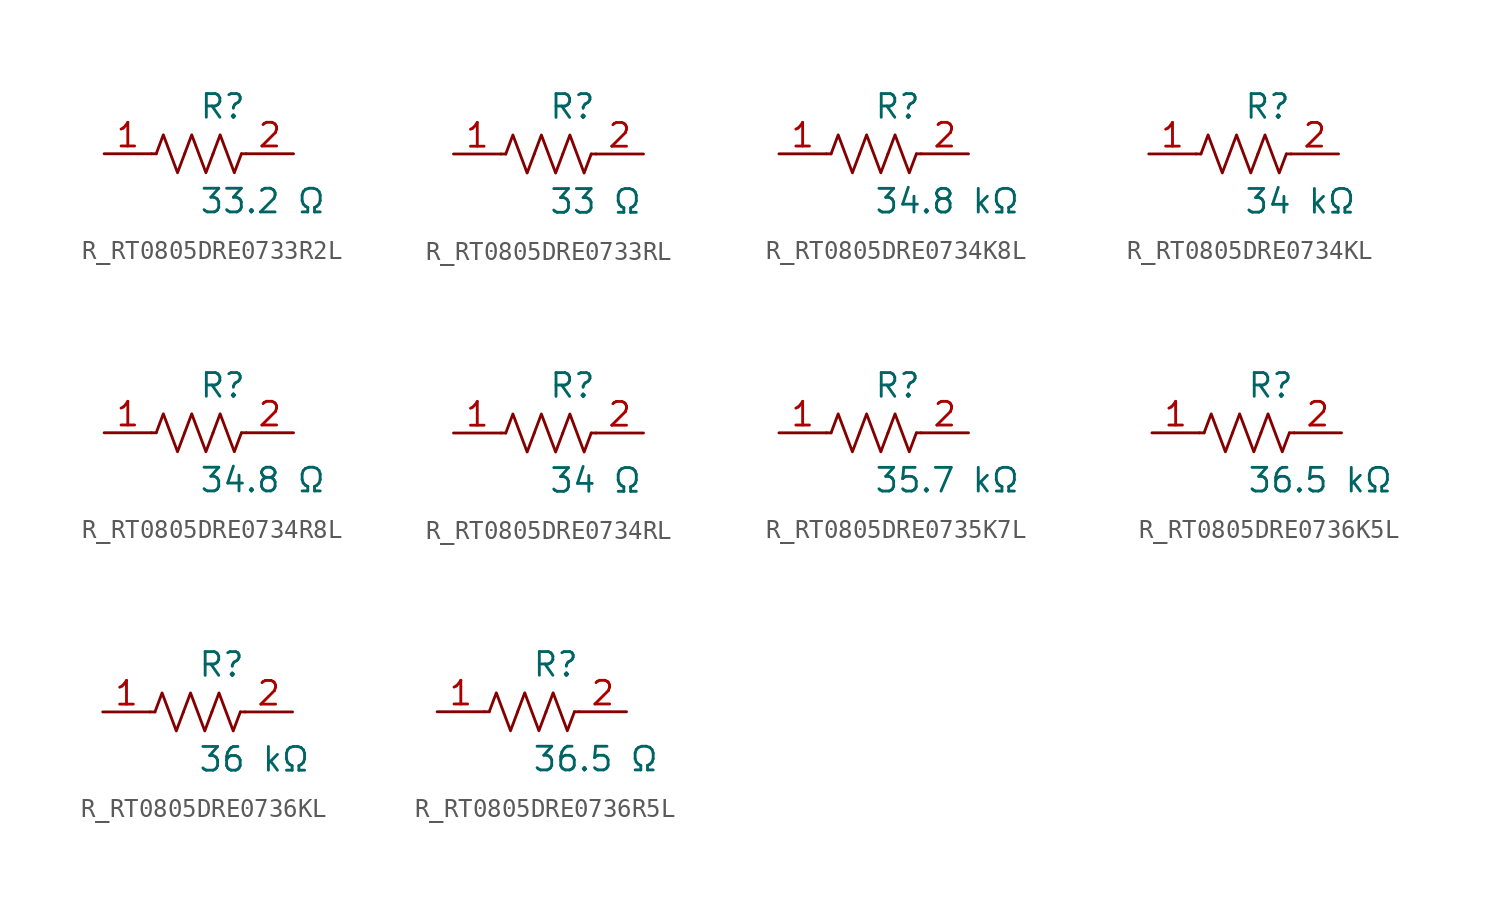
<source format=kicad_sym>
(kicad_symbol_lib
  (version 20231120)
  (generator kicad_symbol_editor)
  (generator_version 8.0)
  (symbol "R_RT0805DRE0733R2L"
    (pin_names
      (offset 0.254))
    (property "Reference" "R"
      (at 0 2.54 0)
      (effects (font (size 1.27 1.27)) (justify left)))
    (property "Value" "33.2 Ω"
      (at 0 -2.54 0)
      (effects (font (size 1.27 1.27)) (justify left)))
    (symbol "R_RT0805DRE0733R2L_0_1"
      (polyline (pts (xy 2.286 0) (xy 2.54 0)) (stroke (width 0) (type default)) (fill (type none)))
      (polyline (pts (xy -2.286 0) (xy -2.54 0)) (stroke (width 0) (type default)) (fill (type none)))
      (polyline (pts (xy 0.762 0) (xy 1.143 1.016) (xy 1.524 0) (xy 1.905 -1.016) (xy 2.286 0)) (stroke (width 0) (type default)) (fill (type none)))
      (polyline (pts (xy -0.762 0) (xy -0.381 1.016) (xy 0 0) (xy 0.381 -1.016) (xy 0.762 0)) (stroke (width 0) (type default)) (fill (type none)))
      (polyline (pts (xy -2.286 0) (xy -1.905 1.016) (xy -1.524 0) (xy -1.143 -1.016) (xy -0.762 0)) (stroke (width 0) (type default)) (fill (type none))))
    (pin passive line
      (at -5.08 0 0)
      (length 2.54)
      (name "" (effects (font (size 1.27 1.27))))
      (number "1" (effects (font (size 1.27 1.27)))))
    (pin passive line
      (at 5.08 0 180)
      (length 2.54)
      (name "" (effects (font (size 1.27 1.27))))
      (number "2" (effects (font (size 1.27 1.27))))))
  (symbol "R_RT0805DRE0733RL"
    (pin_names
      (offset 0.254))
    (property "Reference" "R"
      (at 0 2.54 0)
      (effects (font (size 1.27 1.27)) (justify left)))
    (property "Value" "33 Ω"
      (at 0 -2.54 0)
      (effects (font (size 1.27 1.27)) (justify left)))
    (symbol "R_RT0805DRE0733RL_0_1"
      (polyline (pts (xy 2.286 0) (xy 2.54 0)) (stroke (width 0) (type default)) (fill (type none)))
      (polyline (pts (xy -2.286 0) (xy -2.54 0)) (stroke (width 0) (type default)) (fill (type none)))
      (polyline (pts (xy 0.762 0) (xy 1.143 1.016) (xy 1.524 0) (xy 1.905 -1.016) (xy 2.286 0)) (stroke (width 0) (type default)) (fill (type none)))
      (polyline (pts (xy -0.762 0) (xy -0.381 1.016) (xy 0 0) (xy 0.381 -1.016) (xy 0.762 0)) (stroke (width 0) (type default)) (fill (type none)))
      (polyline (pts (xy -2.286 0) (xy -1.905 1.016) (xy -1.524 0) (xy -1.143 -1.016) (xy -0.762 0)) (stroke (width 0) (type default)) (fill (type none))))
    (pin passive line
      (at -5.08 0 0)
      (length 2.54)
      (name "" (effects (font (size 1.27 1.27))))
      (number "1" (effects (font (size 1.27 1.27)))))
    (pin passive line
      (at 5.08 0 180)
      (length 2.54)
      (name "" (effects (font (size 1.27 1.27))))
      (number "2" (effects (font (size 1.27 1.27))))))
  (symbol "R_RT0805DRE0734K8L"
    (pin_names
      (offset 0.254))
    (property "Reference" "R"
      (at 0 2.54 0)
      (effects (font (size 1.27 1.27)) (justify left)))
    (property "Value" "34.8 kΩ"
      (at 0 -2.54 0)
      (effects (font (size 1.27 1.27)) (justify left)))
    (symbol "R_RT0805DRE0734K8L_0_1"
      (polyline (pts (xy 2.286 0) (xy 2.54 0)) (stroke (width 0) (type default)) (fill (type none)))
      (polyline (pts (xy -2.286 0) (xy -2.54 0)) (stroke (width 0) (type default)) (fill (type none)))
      (polyline (pts (xy 0.762 0) (xy 1.143 1.016) (xy 1.524 0) (xy 1.905 -1.016) (xy 2.286 0)) (stroke (width 0) (type default)) (fill (type none)))
      (polyline (pts (xy -0.762 0) (xy -0.381 1.016) (xy 0 0) (xy 0.381 -1.016) (xy 0.762 0)) (stroke (width 0) (type default)) (fill (type none)))
      (polyline (pts (xy -2.286 0) (xy -1.905 1.016) (xy -1.524 0) (xy -1.143 -1.016) (xy -0.762 0)) (stroke (width 0) (type default)) (fill (type none))))
    (pin passive line
      (at -5.08 0 0)
      (length 2.54)
      (name "" (effects (font (size 1.27 1.27))))
      (number "1" (effects (font (size 1.27 1.27)))))
    (pin passive line
      (at 5.08 0 180)
      (length 2.54)
      (name "" (effects (font (size 1.27 1.27))))
      (number "2" (effects (font (size 1.27 1.27))))))
  (symbol "R_RT0805DRE0734KL"
    (pin_names
      (offset 0.254))
    (property "Reference" "R"
      (at 0 2.54 0)
      (effects (font (size 1.27 1.27)) (justify left)))
    (property "Value" "34 kΩ"
      (at 0 -2.54 0)
      (effects (font (size 1.27 1.27)) (justify left)))
    (symbol "R_RT0805DRE0734KL_0_1"
      (polyline (pts (xy 2.286 0) (xy 2.54 0)) (stroke (width 0) (type default)) (fill (type none)))
      (polyline (pts (xy -2.286 0) (xy -2.54 0)) (stroke (width 0) (type default)) (fill (type none)))
      (polyline (pts (xy 0.762 0) (xy 1.143 1.016) (xy 1.524 0) (xy 1.905 -1.016) (xy 2.286 0)) (stroke (width 0) (type default)) (fill (type none)))
      (polyline (pts (xy -0.762 0) (xy -0.381 1.016) (xy 0 0) (xy 0.381 -1.016) (xy 0.762 0)) (stroke (width 0) (type default)) (fill (type none)))
      (polyline (pts (xy -2.286 0) (xy -1.905 1.016) (xy -1.524 0) (xy -1.143 -1.016) (xy -0.762 0)) (stroke (width 0) (type default)) (fill (type none))))
    (pin passive line
      (at -5.08 0 0)
      (length 2.54)
      (name "" (effects (font (size 1.27 1.27))))
      (number "1" (effects (font (size 1.27 1.27)))))
    (pin passive line
      (at 5.08 0 180)
      (length 2.54)
      (name "" (effects (font (size 1.27 1.27))))
      (number "2" (effects (font (size 1.27 1.27))))))
  (symbol "R_RT0805DRE0734R8L"
    (pin_names
      (offset 0.254))
    (property "Reference" "R"
      (at 0 2.54 0)
      (effects (font (size 1.27 1.27)) (justify left)))
    (property "Value" "34.8 Ω"
      (at 0 -2.54 0)
      (effects (font (size 1.27 1.27)) (justify left)))
    (symbol "R_RT0805DRE0734R8L_0_1"
      (polyline (pts (xy 2.286 0) (xy 2.54 0)) (stroke (width 0) (type default)) (fill (type none)))
      (polyline (pts (xy -2.286 0) (xy -2.54 0)) (stroke (width 0) (type default)) (fill (type none)))
      (polyline (pts (xy 0.762 0) (xy 1.143 1.016) (xy 1.524 0) (xy 1.905 -1.016) (xy 2.286 0)) (stroke (width 0) (type default)) (fill (type none)))
      (polyline (pts (xy -0.762 0) (xy -0.381 1.016) (xy 0 0) (xy 0.381 -1.016) (xy 0.762 0)) (stroke (width 0) (type default)) (fill (type none)))
      (polyline (pts (xy -2.286 0) (xy -1.905 1.016) (xy -1.524 0) (xy -1.143 -1.016) (xy -0.762 0)) (stroke (width 0) (type default)) (fill (type none))))
    (pin passive line
      (at -5.08 0 0)
      (length 2.54)
      (name "" (effects (font (size 1.27 1.27))))
      (number "1" (effects (font (size 1.27 1.27)))))
    (pin passive line
      (at 5.08 0 180)
      (length 2.54)
      (name "" (effects (font (size 1.27 1.27))))
      (number "2" (effects (font (size 1.27 1.27))))))
  (symbol "R_RT0805DRE0734RL"
    (pin_names
      (offset 0.254))
    (property "Reference" "R"
      (at 0 2.54 0)
      (effects (font (size 1.27 1.27)) (justify left)))
    (property "Value" "34 Ω"
      (at 0 -2.54 0)
      (effects (font (size 1.27 1.27)) (justify left)))
    (symbol "R_RT0805DRE0734RL_0_1"
      (polyline (pts (xy 2.286 0) (xy 2.54 0)) (stroke (width 0) (type default)) (fill (type none)))
      (polyline (pts (xy -2.286 0) (xy -2.54 0)) (stroke (width 0) (type default)) (fill (type none)))
      (polyline (pts (xy 0.762 0) (xy 1.143 1.016) (xy 1.524 0) (xy 1.905 -1.016) (xy 2.286 0)) (stroke (width 0) (type default)) (fill (type none)))
      (polyline (pts (xy -0.762 0) (xy -0.381 1.016) (xy 0 0) (xy 0.381 -1.016) (xy 0.762 0)) (stroke (width 0) (type default)) (fill (type none)))
      (polyline (pts (xy -2.286 0) (xy -1.905 1.016) (xy -1.524 0) (xy -1.143 -1.016) (xy -0.762 0)) (stroke (width 0) (type default)) (fill (type none))))
    (pin passive line
      (at -5.08 0 0)
      (length 2.54)
      (name "" (effects (font (size 1.27 1.27))))
      (number "1" (effects (font (size 1.27 1.27)))))
    (pin passive line
      (at 5.08 0 180)
      (length 2.54)
      (name "" (effects (font (size 1.27 1.27))))
      (number "2" (effects (font (size 1.27 1.27))))))
  (symbol "R_RT0805DRE0735K7L"
    (pin_names
      (offset 0.254))
    (property "Reference" "R"
      (at 0 2.54 0)
      (effects (font (size 1.27 1.27)) (justify left)))
    (property "Value" "35.7 kΩ"
      (at 0 -2.54 0)
      (effects (font (size 1.27 1.27)) (justify left)))
    (symbol "R_RT0805DRE0735K7L_0_1"
      (polyline (pts (xy 2.286 0) (xy 2.54 0)) (stroke (width 0) (type default)) (fill (type none)))
      (polyline (pts (xy -2.286 0) (xy -2.54 0)) (stroke (width 0) (type default)) (fill (type none)))
      (polyline (pts (xy 0.762 0) (xy 1.143 1.016) (xy 1.524 0) (xy 1.905 -1.016) (xy 2.286 0)) (stroke (width 0) (type default)) (fill (type none)))
      (polyline (pts (xy -0.762 0) (xy -0.381 1.016) (xy 0 0) (xy 0.381 -1.016) (xy 0.762 0)) (stroke (width 0) (type default)) (fill (type none)))
      (polyline (pts (xy -2.286 0) (xy -1.905 1.016) (xy -1.524 0) (xy -1.143 -1.016) (xy -0.762 0)) (stroke (width 0) (type default)) (fill (type none))))
    (pin passive line
      (at -5.08 0 0)
      (length 2.54)
      (name "" (effects (font (size 1.27 1.27))))
      (number "1" (effects (font (size 1.27 1.27)))))
    (pin passive line
      (at 5.08 0 180)
      (length 2.54)
      (name "" (effects (font (size 1.27 1.27))))
      (number "2" (effects (font (size 1.27 1.27))))))
  (symbol "R_RT0805DRE0736K5L"
    (pin_names
      (offset 0.254))
    (property "Reference" "R"
      (at 0 2.54 0)
      (effects (font (size 1.27 1.27)) (justify left)))
    (property "Value" "36.5 kΩ"
      (at 0 -2.54 0)
      (effects (font (size 1.27 1.27)) (justify left)))
    (symbol "R_RT0805DRE0736K5L_0_1"
      (polyline (pts (xy 2.286 0) (xy 2.54 0)) (stroke (width 0) (type default)) (fill (type none)))
      (polyline (pts (xy -2.286 0) (xy -2.54 0)) (stroke (width 0) (type default)) (fill (type none)))
      (polyline (pts (xy 0.762 0) (xy 1.143 1.016) (xy 1.524 0) (xy 1.905 -1.016) (xy 2.286 0)) (stroke (width 0) (type default)) (fill (type none)))
      (polyline (pts (xy -0.762 0) (xy -0.381 1.016) (xy 0 0) (xy 0.381 -1.016) (xy 0.762 0)) (stroke (width 0) (type default)) (fill (type none)))
      (polyline (pts (xy -2.286 0) (xy -1.905 1.016) (xy -1.524 0) (xy -1.143 -1.016) (xy -0.762 0)) (stroke (width 0) (type default)) (fill (type none))))
    (pin passive line
      (at -5.08 0 0)
      (length 2.54)
      (name "" (effects (font (size 1.27 1.27))))
      (number "1" (effects (font (size 1.27 1.27)))))
    (pin passive line
      (at 5.08 0 180)
      (length 2.54)
      (name "" (effects (font (size 1.27 1.27))))
      (number "2" (effects (font (size 1.27 1.27))))))
  (symbol "R_RT0805DRE0736KL"
    (pin_names
      (offset 0.254))
    (property "Reference" "R"
      (at 0 2.54 0)
      (effects (font (size 1.27 1.27)) (justify left)))
    (property "Value" "36 kΩ"
      (at 0 -2.54 0)
      (effects (font (size 1.27 1.27)) (justify left)))
    (symbol "R_RT0805DRE0736KL_0_1"
      (polyline (pts (xy 2.286 0) (xy 2.54 0)) (stroke (width 0) (type default)) (fill (type none)))
      (polyline (pts (xy -2.286 0) (xy -2.54 0)) (stroke (width 0) (type default)) (fill (type none)))
      (polyline (pts (xy 0.762 0) (xy 1.143 1.016) (xy 1.524 0) (xy 1.905 -1.016) (xy 2.286 0)) (stroke (width 0) (type default)) (fill (type none)))
      (polyline (pts (xy -0.762 0) (xy -0.381 1.016) (xy 0 0) (xy 0.381 -1.016) (xy 0.762 0)) (stroke (width 0) (type default)) (fill (type none)))
      (polyline (pts (xy -2.286 0) (xy -1.905 1.016) (xy -1.524 0) (xy -1.143 -1.016) (xy -0.762 0)) (stroke (width 0) (type default)) (fill (type none))))
    (pin passive line
      (at -5.08 0 0)
      (length 2.54)
      (name "" (effects (font (size 1.27 1.27))))
      (number "1" (effects (font (size 1.27 1.27)))))
    (pin passive line
      (at 5.08 0 180)
      (length 2.54)
      (name "" (effects (font (size 1.27 1.27))))
      (number "2" (effects (font (size 1.27 1.27))))))
  (symbol "R_RT0805DRE0736R5L"
    (pin_names
      (offset 0.254))
    (property "Reference" "R"
      (at 0 2.54 0)
      (effects (font (size 1.27 1.27)) (justify left)))
    (property "Value" "36.5 Ω"
      (at 0 -2.54 0)
      (effects (font (size 1.27 1.27)) (justify left)))
    (symbol "R_RT0805DRE0736R5L_0_1"
      (polyline (pts (xy 2.286 0) (xy 2.54 0)) (stroke (width 0) (type default)) (fill (type none)))
      (polyline (pts (xy -2.286 0) (xy -2.54 0)) (stroke (width 0) (type default)) (fill (type none)))
      (polyline (pts (xy 0.762 0) (xy 1.143 1.016) (xy 1.524 0) (xy 1.905 -1.016) (xy 2.286 0)) (stroke (width 0) (type default)) (fill (type none)))
      (polyline (pts (xy -0.762 0) (xy -0.381 1.016) (xy 0 0) (xy 0.381 -1.016) (xy 0.762 0)) (stroke (width 0) (type default)) (fill (type none)))
      (polyline (pts (xy -2.286 0) (xy -1.905 1.016) (xy -1.524 0) (xy -1.143 -1.016) (xy -0.762 0)) (stroke (width 0) (type default)) (fill (type none))))
    (pin passive line
      (at -5.08 0 0)
      (length 2.54)
      (name "" (effects (font (size 1.27 1.27))))
      (number "1" (effects (font (size 1.27 1.27)))))
    (pin passive line
      (at 5.08 0 180)
      (length 2.54)
      (name "" (effects (font (size 1.27 1.27))))
      (number "2" (effects (font (size 1.27 1.27)))))))
</source>
